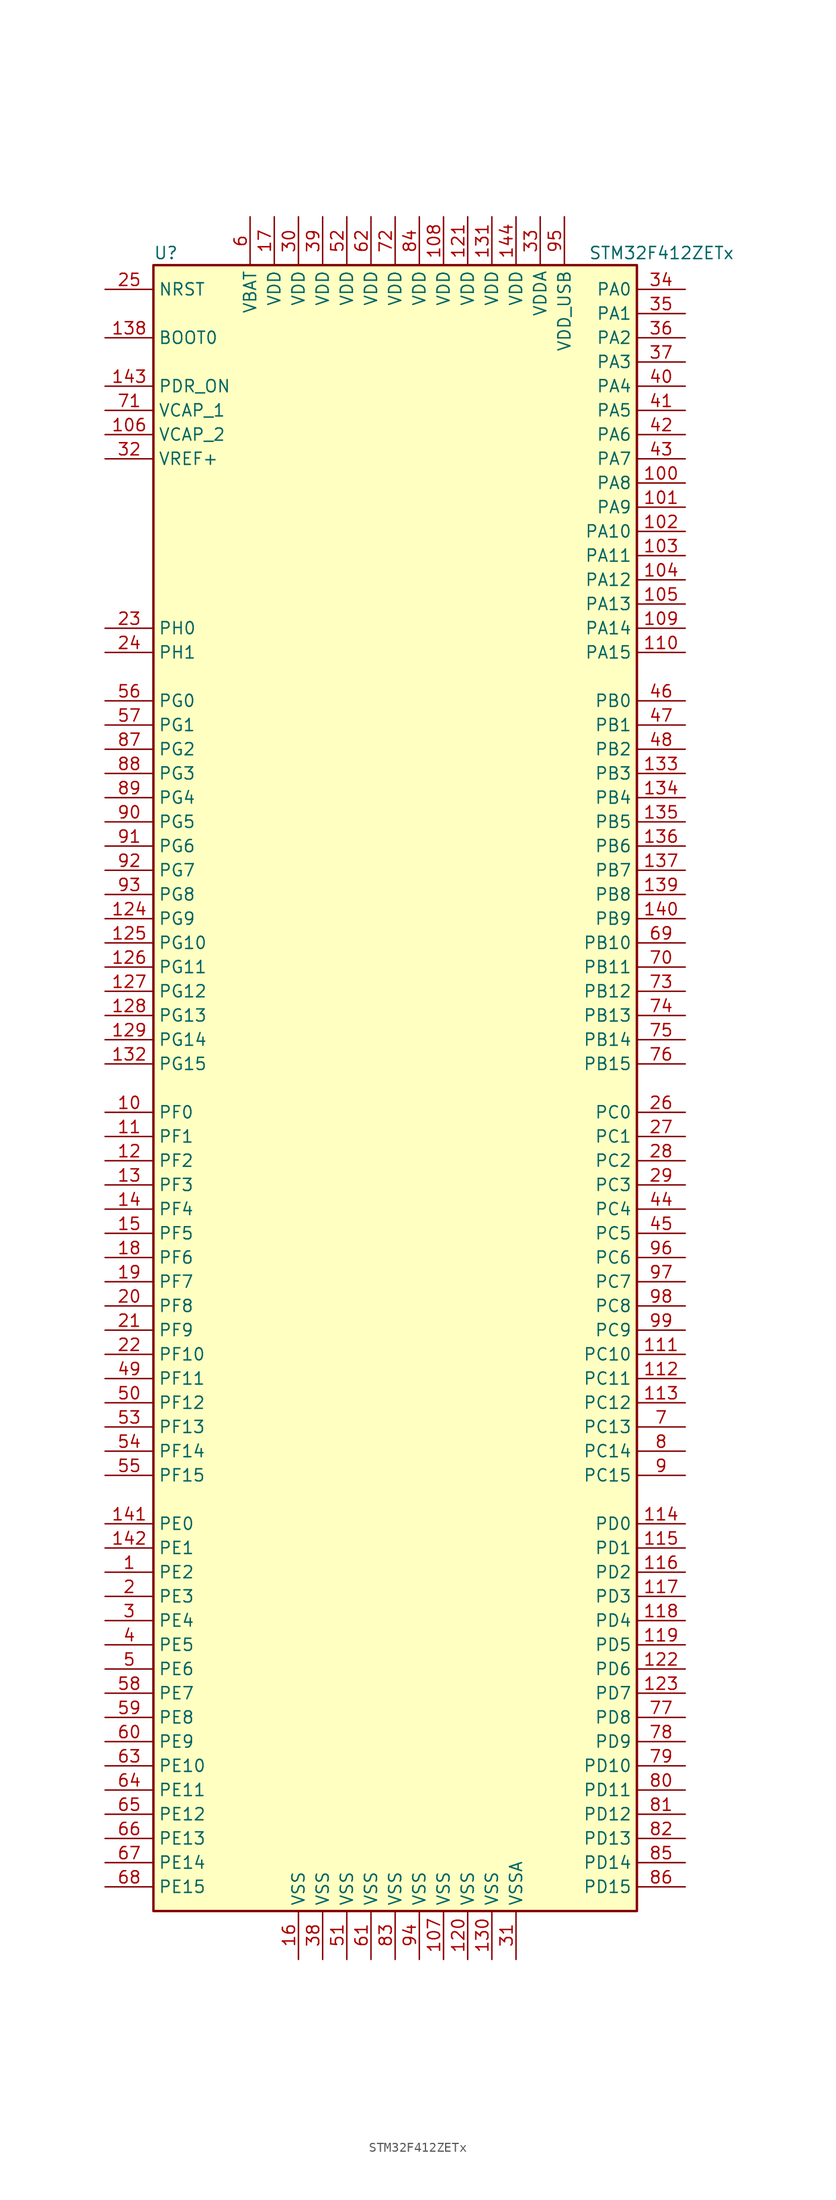
<source format=kicad_sym>
(kicad_symbol_lib
  (version 20220914)
  (generator kicad_symbol_editor)
  (symbol "STM32F412ZETx"
    (property "Reference" "U"
      (at -25.4 87.63 0)
      (effects (font (size 1.27 1.27)) (justify left)))
    (property "Value" "STM32F412ZETx"
      (at 20.32 87.63 0)
      (effects (font (size 1.27 1.27)) (justify left)))
    (symbol "STM32F412ZETx_0_1"
      (rectangle (start -25.4 -86.36) (end 25.4 86.36) (stroke (width 0.254) (type default)) (fill (type background))))
    (symbol "STM32F412ZETx_1_1"
      (pin bidirectional line (at -30.48 -50.8 0) (length 5.08) (name "PE2" (effects (font (size 1.27 1.27)))) (number "1" (effects (font (size 1.27 1.27)))))
      (pin bidirectional line (at -30.48 -2.54 0) (length 5.08) (name "PF0" (effects (font (size 1.27 1.27)))) (number "10" (effects (font (size 1.27 1.27)))))
      (pin bidirectional line (at 30.48 63.5 180) (length 5.08) (name "PA8" (effects (font (size 1.27 1.27)))) (number "100" (effects (font (size 1.27 1.27)))))
      (pin bidirectional line (at 30.48 60.96 180) (length 5.08) (name "PA9" (effects (font (size 1.27 1.27)))) (number "101" (effects (font (size 1.27 1.27)))))
      (pin bidirectional line (at 30.48 58.42 180) (length 5.08) (name "PA10" (effects (font (size 1.27 1.27)))) (number "102" (effects (font (size 1.27 1.27)))))
      (pin bidirectional line (at 30.48 55.88 180) (length 5.08) (name "PA11" (effects (font (size 1.27 1.27)))) (number "103" (effects (font (size 1.27 1.27)))))
      (pin bidirectional line (at 30.48 53.34 180) (length 5.08) (name "PA12" (effects (font (size 1.27 1.27)))) (number "104" (effects (font (size 1.27 1.27)))))
      (pin bidirectional line (at 30.48 50.8 180) (length 5.08) (name "PA13" (effects (font (size 1.27 1.27)))) (number "105" (effects (font (size 1.27 1.27)))))
      (pin power_in line (at -30.48 68.58 0) (length 5.08) (name "VCAP_2" (effects (font (size 1.27 1.27)))) (number "106" (effects (font (size 1.27 1.27)))))
      (pin power_in line (at 5.08 -91.44 90) (length 5.08) (name "VSS" (effects (font (size 1.27 1.27)))) (number "107" (effects (font (size 1.27 1.27)))))
      (pin power_in line (at 5.08 91.44 270) (length 5.08) (name "VDD" (effects (font (size 1.27 1.27)))) (number "108" (effects (font (size 1.27 1.27)))))
      (pin bidirectional line (at 30.48 48.26 180) (length 5.08) (name "PA14" (effects (font (size 1.27 1.27)))) (number "109" (effects (font (size 1.27 1.27)))))
      (pin bidirectional line (at -30.48 -5.08 0) (length 5.08) (name "PF1" (effects (font (size 1.27 1.27)))) (number "11" (effects (font (size 1.27 1.27)))))
      (pin bidirectional line (at 30.48 45.72 180) (length 5.08) (name "PA15" (effects (font (size 1.27 1.27)))) (number "110" (effects (font (size 1.27 1.27)))))
      (pin bidirectional line (at 30.48 -27.94 180) (length 5.08) (name "PC10" (effects (font (size 1.27 1.27)))) (number "111" (effects (font (size 1.27 1.27)))))
      (pin bidirectional line (at 30.48 -30.48 180) (length 5.08) (name "PC11" (effects (font (size 1.27 1.27)))) (number "112" (effects (font (size 1.27 1.27)))))
      (pin bidirectional line (at 30.48 -33.02 180) (length 5.08) (name "PC12" (effects (font (size 1.27 1.27)))) (number "113" (effects (font (size 1.27 1.27)))))
      (pin bidirectional line (at 30.48 -45.72 180) (length 5.08) (name "PD0" (effects (font (size 1.27 1.27)))) (number "114" (effects (font (size 1.27 1.27)))))
      (pin bidirectional line (at 30.48 -48.26 180) (length 5.08) (name "PD1" (effects (font (size 1.27 1.27)))) (number "115" (effects (font (size 1.27 1.27)))))
      (pin bidirectional line (at 30.48 -50.8 180) (length 5.08) (name "PD2" (effects (font (size 1.27 1.27)))) (number "116" (effects (font (size 1.27 1.27)))))
      (pin bidirectional line (at 30.48 -53.34 180) (length 5.08) (name "PD3" (effects (font (size 1.27 1.27)))) (number "117" (effects (font (size 1.27 1.27)))))
      (pin bidirectional line (at 30.48 -55.88 180) (length 5.08) (name "PD4" (effects (font (size 1.27 1.27)))) (number "118" (effects (font (size 1.27 1.27)))))
      (pin bidirectional line (at 30.48 -58.42 180) (length 5.08) (name "PD5" (effects (font (size 1.27 1.27)))) (number "119" (effects (font (size 1.27 1.27)))))
      (pin bidirectional line (at -30.48 -7.62 0) (length 5.08) (name "PF2" (effects (font (size 1.27 1.27)))) (number "12" (effects (font (size 1.27 1.27)))))
      (pin power_in line (at 7.62 -91.44 90) (length 5.08) (name "VSS" (effects (font (size 1.27 1.27)))) (number "120" (effects (font (size 1.27 1.27)))))
      (pin power_in line (at 7.62 91.44 270) (length 5.08) (name "VDD" (effects (font (size 1.27 1.27)))) (number "121" (effects (font (size 1.27 1.27)))))
      (pin bidirectional line (at 30.48 -60.96 180) (length 5.08) (name "PD6" (effects (font (size 1.27 1.27)))) (number "122" (effects (font (size 1.27 1.27)))))
      (pin bidirectional line (at 30.48 -63.5 180) (length 5.08) (name "PD7" (effects (font (size 1.27 1.27)))) (number "123" (effects (font (size 1.27 1.27)))))
      (pin bidirectional line (at -30.48 17.78 0) (length 5.08) (name "PG9" (effects (font (size 1.27 1.27)))) (number "124" (effects (font (size 1.27 1.27)))))
      (pin bidirectional line (at -30.48 15.24 0) (length 5.08) (name "PG10" (effects (font (size 1.27 1.27)))) (number "125" (effects (font (size 1.27 1.27)))))
      (pin bidirectional line (at -30.48 12.7 0) (length 5.08) (name "PG11" (effects (font (size 1.27 1.27)))) (number "126" (effects (font (size 1.27 1.27)))))
      (pin bidirectional line (at -30.48 10.16 0) (length 5.08) (name "PG12" (effects (font (size 1.27 1.27)))) (number "127" (effects (font (size 1.27 1.27)))))
      (pin bidirectional line (at -30.48 7.62 0) (length 5.08) (name "PG13" (effects (font (size 1.27 1.27)))) (number "128" (effects (font (size 1.27 1.27)))))
      (pin bidirectional line (at -30.48 5.08 0) (length 5.08) (name "PG14" (effects (font (size 1.27 1.27)))) (number "129" (effects (font (size 1.27 1.27)))))
      (pin bidirectional line (at -30.48 -10.16 0) (length 5.08) (name "PF3" (effects (font (size 1.27 1.27)))) (number "13" (effects (font (size 1.27 1.27)))))
      (pin power_in line (at 10.16 -91.44 90) (length 5.08) (name "VSS" (effects (font (size 1.27 1.27)))) (number "130" (effects (font (size 1.27 1.27)))))
      (pin power_in line (at 10.16 91.44 270) (length 5.08) (name "VDD" (effects (font (size 1.27 1.27)))) (number "131" (effects (font (size 1.27 1.27)))))
      (pin bidirectional line (at -30.48 2.54 0) (length 5.08) (name "PG15" (effects (font (size 1.27 1.27)))) (number "132" (effects (font (size 1.27 1.27)))))
      (pin bidirectional line (at 30.48 33.02 180) (length 5.08) (name "PB3" (effects (font (size 1.27 1.27)))) (number "133" (effects (font (size 1.27 1.27)))))
      (pin bidirectional line (at 30.48 30.48 180) (length 5.08) (name "PB4" (effects (font (size 1.27 1.27)))) (number "134" (effects (font (size 1.27 1.27)))))
      (pin bidirectional line (at 30.48 27.94 180) (length 5.08) (name "PB5" (effects (font (size 1.27 1.27)))) (number "135" (effects (font (size 1.27 1.27)))))
      (pin bidirectional line (at 30.48 25.4 180) (length 5.08) (name "PB6" (effects (font (size 1.27 1.27)))) (number "136" (effects (font (size 1.27 1.27)))))
      (pin bidirectional line (at 30.48 22.86 180) (length 5.08) (name "PB7" (effects (font (size 1.27 1.27)))) (number "137" (effects (font (size 1.27 1.27)))))
      (pin input line (at -30.48 78.74 0) (length 5.08) (name "BOOT0" (effects (font (size 1.27 1.27)))) (number "138" (effects (font (size 1.27 1.27)))))
      (pin bidirectional line (at 30.48 20.32 180) (length 5.08) (name "PB8" (effects (font (size 1.27 1.27)))) (number "139" (effects (font (size 1.27 1.27)))))
      (pin bidirectional line (at -30.48 -12.7 0) (length 5.08) (name "PF4" (effects (font (size 1.27 1.27)))) (number "14" (effects (font (size 1.27 1.27)))))
      (pin bidirectional line (at 30.48 17.78 180) (length 5.08) (name "PB9" (effects (font (size 1.27 1.27)))) (number "140" (effects (font (size 1.27 1.27)))))
      (pin bidirectional line (at -30.48 -45.72 0) (length 5.08) (name "PE0" (effects (font (size 1.27 1.27)))) (number "141" (effects (font (size 1.27 1.27)))))
      (pin bidirectional line (at -30.48 -48.26 0) (length 5.08) (name "PE1" (effects (font (size 1.27 1.27)))) (number "142" (effects (font (size 1.27 1.27)))))
      (pin power_in line (at -30.48 73.66 0) (length 5.08) (name "PDR_ON" (effects (font (size 1.27 1.27)))) (number "143" (effects (font (size 1.27 1.27)))))
      (pin power_in line (at 12.7 91.44 270) (length 5.08) (name "VDD" (effects (font (size 1.27 1.27)))) (number "144" (effects (font (size 1.27 1.27)))))
      (pin bidirectional line (at -30.48 -15.24 0) (length 5.08) (name "PF5" (effects (font (size 1.27 1.27)))) (number "15" (effects (font (size 1.27 1.27)))))
      (pin power_in line (at -10.16 -91.44 90) (length 5.08) (name "VSS" (effects (font (size 1.27 1.27)))) (number "16" (effects (font (size 1.27 1.27)))))
      (pin power_in line (at -12.7 91.44 270) (length 5.08) (name "VDD" (effects (font (size 1.27 1.27)))) (number "17" (effects (font (size 1.27 1.27)))))
      (pin bidirectional line (at -30.48 -17.78 0) (length 5.08) (name "PF6" (effects (font (size 1.27 1.27)))) (number "18" (effects (font (size 1.27 1.27)))))
      (pin bidirectional line (at -30.48 -20.32 0) (length 5.08) (name "PF7" (effects (font (size 1.27 1.27)))) (number "19" (effects (font (size 1.27 1.27)))))
      (pin bidirectional line (at -30.48 -53.34 0) (length 5.08) (name "PE3" (effects (font (size 1.27 1.27)))) (number "2" (effects (font (size 1.27 1.27)))))
      (pin bidirectional line (at -30.48 -22.86 0) (length 5.08) (name "PF8" (effects (font (size 1.27 1.27)))) (number "20" (effects (font (size 1.27 1.27)))))
      (pin bidirectional line (at -30.48 -25.4 0) (length 5.08) (name "PF9" (effects (font (size 1.27 1.27)))) (number "21" (effects (font (size 1.27 1.27)))))
      (pin bidirectional line (at -30.48 -27.94 0) (length 5.08) (name "PF10" (effects (font (size 1.27 1.27)))) (number "22" (effects (font (size 1.27 1.27)))))
      (pin input line (at -30.48 48.26 0) (length 5.08) (name "PH0" (effects (font (size 1.27 1.27)))) (number "23" (effects (font (size 1.27 1.27)))))
      (pin input line (at -30.48 45.72 0) (length 5.08) (name "PH1" (effects (font (size 1.27 1.27)))) (number "24" (effects (font (size 1.27 1.27)))))
      (pin input line (at -30.48 83.82 0) (length 5.08) (name "NRST" (effects (font (size 1.27 1.27)))) (number "25" (effects (font (size 1.27 1.27)))))
      (pin bidirectional line (at 30.48 -2.54 180) (length 5.08) (name "PC0" (effects (font (size 1.27 1.27)))) (number "26" (effects (font (size 1.27 1.27)))))
      (pin bidirectional line (at 30.48 -5.08 180) (length 5.08) (name "PC1" (effects (font (size 1.27 1.27)))) (number "27" (effects (font (size 1.27 1.27)))))
      (pin bidirectional line (at 30.48 -7.62 180) (length 5.08) (name "PC2" (effects (font (size 1.27 1.27)))) (number "28" (effects (font (size 1.27 1.27)))))
      (pin bidirectional line (at 30.48 -10.16 180) (length 5.08) (name "PC3" (effects (font (size 1.27 1.27)))) (number "29" (effects (font (size 1.27 1.27)))))
      (pin bidirectional line (at -30.48 -55.88 0) (length 5.08) (name "PE4" (effects (font (size 1.27 1.27)))) (number "3" (effects (font (size 1.27 1.27)))))
      (pin power_in line (at -10.16 91.44 270) (length 5.08) (name "VDD" (effects (font (size 1.27 1.27)))) (number "30" (effects (font (size 1.27 1.27)))))
      (pin power_in line (at 12.7 -91.44 90) (length 5.08) (name "VSSA" (effects (font (size 1.27 1.27)))) (number "31" (effects (font (size 1.27 1.27)))))
      (pin power_in line (at -30.48 66.04 0) (length 5.08) (name "VREF+" (effects (font (size 1.27 1.27)))) (number "32" (effects (font (size 1.27 1.27)))))
      (pin power_in line (at 15.24 91.44 270) (length 5.08) (name "VDDA" (effects (font (size 1.27 1.27)))) (number "33" (effects (font (size 1.27 1.27)))))
      (pin bidirectional line (at 30.48 83.82 180) (length 5.08) (name "PA0" (effects (font (size 1.27 1.27)))) (number "34" (effects (font (size 1.27 1.27)))))
      (pin bidirectional line (at 30.48 81.28 180) (length 5.08) (name "PA1" (effects (font (size 1.27 1.27)))) (number "35" (effects (font (size 1.27 1.27)))))
      (pin bidirectional line (at 30.48 78.74 180) (length 5.08) (name "PA2" (effects (font (size 1.27 1.27)))) (number "36" (effects (font (size 1.27 1.27)))))
      (pin bidirectional line (at 30.48 76.2 180) (length 5.08) (name "PA3" (effects (font (size 1.27 1.27)))) (number "37" (effects (font (size 1.27 1.27)))))
      (pin power_in line (at -7.62 -91.44 90) (length 5.08) (name "VSS" (effects (font (size 1.27 1.27)))) (number "38" (effects (font (size 1.27 1.27)))))
      (pin power_in line (at -7.62 91.44 270) (length 5.08) (name "VDD" (effects (font (size 1.27 1.27)))) (number "39" (effects (font (size 1.27 1.27)))))
      (pin bidirectional line (at -30.48 -58.42 0) (length 5.08) (name "PE5" (effects (font (size 1.27 1.27)))) (number "4" (effects (font (size 1.27 1.27)))))
      (pin bidirectional line (at 30.48 73.66 180) (length 5.08) (name "PA4" (effects (font (size 1.27 1.27)))) (number "40" (effects (font (size 1.27 1.27)))))
      (pin bidirectional line (at 30.48 71.12 180) (length 5.08) (name "PA5" (effects (font (size 1.27 1.27)))) (number "41" (effects (font (size 1.27 1.27)))))
      (pin bidirectional line (at 30.48 68.58 180) (length 5.08) (name "PA6" (effects (font (size 1.27 1.27)))) (number "42" (effects (font (size 1.27 1.27)))))
      (pin bidirectional line (at 30.48 66.04 180) (length 5.08) (name "PA7" (effects (font (size 1.27 1.27)))) (number "43" (effects (font (size 1.27 1.27)))))
      (pin bidirectional line (at 30.48 -12.7 180) (length 5.08) (name "PC4" (effects (font (size 1.27 1.27)))) (number "44" (effects (font (size 1.27 1.27)))))
      (pin bidirectional line (at 30.48 -15.24 180) (length 5.08) (name "PC5" (effects (font (size 1.27 1.27)))) (number "45" (effects (font (size 1.27 1.27)))))
      (pin bidirectional line (at 30.48 40.64 180) (length 5.08) (name "PB0" (effects (font (size 1.27 1.27)))) (number "46" (effects (font (size 1.27 1.27)))))
      (pin bidirectional line (at 30.48 38.1 180) (length 5.08) (name "PB1" (effects (font (size 1.27 1.27)))) (number "47" (effects (font (size 1.27 1.27)))))
      (pin bidirectional line (at 30.48 35.56 180) (length 5.08) (name "PB2" (effects (font (size 1.27 1.27)))) (number "48" (effects (font (size 1.27 1.27)))))
      (pin bidirectional line (at -30.48 -30.48 0) (length 5.08) (name "PF11" (effects (font (size 1.27 1.27)))) (number "49" (effects (font (size 1.27 1.27)))))
      (pin bidirectional line (at -30.48 -60.96 0) (length 5.08) (name "PE6" (effects (font (size 1.27 1.27)))) (number "5" (effects (font (size 1.27 1.27)))))
      (pin bidirectional line (at -30.48 -33.02 0) (length 5.08) (name "PF12" (effects (font (size 1.27 1.27)))) (number "50" (effects (font (size 1.27 1.27)))))
      (pin power_in line (at -5.08 -91.44 90) (length 5.08) (name "VSS" (effects (font (size 1.27 1.27)))) (number "51" (effects (font (size 1.27 1.27)))))
      (pin power_in line (at -5.08 91.44 270) (length 5.08) (name "VDD" (effects (font (size 1.27 1.27)))) (number "52" (effects (font (size 1.27 1.27)))))
      (pin bidirectional line (at -30.48 -35.56 0) (length 5.08) (name "PF13" (effects (font (size 1.27 1.27)))) (number "53" (effects (font (size 1.27 1.27)))))
      (pin bidirectional line (at -30.48 -38.1 0) (length 5.08) (name "PF14" (effects (font (size 1.27 1.27)))) (number "54" (effects (font (size 1.27 1.27)))))
      (pin bidirectional line (at -30.48 -40.64 0) (length 5.08) (name "PF15" (effects (font (size 1.27 1.27)))) (number "55" (effects (font (size 1.27 1.27)))))
      (pin bidirectional line (at -30.48 40.64 0) (length 5.08) (name "PG0" (effects (font (size 1.27 1.27)))) (number "56" (effects (font (size 1.27 1.27)))))
      (pin bidirectional line (at -30.48 38.1 0) (length 5.08) (name "PG1" (effects (font (size 1.27 1.27)))) (number "57" (effects (font (size 1.27 1.27)))))
      (pin bidirectional line (at -30.48 -63.5 0) (length 5.08) (name "PE7" (effects (font (size 1.27 1.27)))) (number "58" (effects (font (size 1.27 1.27)))))
      (pin bidirectional line (at -30.48 -66.04 0) (length 5.08) (name "PE8" (effects (font (size 1.27 1.27)))) (number "59" (effects (font (size 1.27 1.27)))))
      (pin power_in line (at -15.24 91.44 270) (length 5.08) (name "VBAT" (effects (font (size 1.27 1.27)))) (number "6" (effects (font (size 1.27 1.27)))))
      (pin bidirectional line (at -30.48 -68.58 0) (length 5.08) (name "PE9" (effects (font (size 1.27 1.27)))) (number "60" (effects (font (size 1.27 1.27)))))
      (pin power_in line (at -2.54 -91.44 90) (length 5.08) (name "VSS" (effects (font (size 1.27 1.27)))) (number "61" (effects (font (size 1.27 1.27)))))
      (pin power_in line (at -2.54 91.44 270) (length 5.08) (name "VDD" (effects (font (size 1.27 1.27)))) (number "62" (effects (font (size 1.27 1.27)))))
      (pin bidirectional line (at -30.48 -71.12 0) (length 5.08) (name "PE10" (effects (font (size 1.27 1.27)))) (number "63" (effects (font (size 1.27 1.27)))))
      (pin bidirectional line (at -30.48 -73.66 0) (length 5.08) (name "PE11" (effects (font (size 1.27 1.27)))) (number "64" (effects (font (size 1.27 1.27)))))
      (pin bidirectional line (at -30.48 -76.2 0) (length 5.08) (name "PE12" (effects (font (size 1.27 1.27)))) (number "65" (effects (font (size 1.27 1.27)))))
      (pin bidirectional line (at -30.48 -78.74 0) (length 5.08) (name "PE13" (effects (font (size 1.27 1.27)))) (number "66" (effects (font (size 1.27 1.27)))))
      (pin bidirectional line (at -30.48 -81.28 0) (length 5.08) (name "PE14" (effects (font (size 1.27 1.27)))) (number "67" (effects (font (size 1.27 1.27)))))
      (pin bidirectional line (at -30.48 -83.82 0) (length 5.08) (name "PE15" (effects (font (size 1.27 1.27)))) (number "68" (effects (font (size 1.27 1.27)))))
      (pin bidirectional line (at 30.48 15.24 180) (length 5.08) (name "PB10" (effects (font (size 1.27 1.27)))) (number "69" (effects (font (size 1.27 1.27)))))
      (pin bidirectional line (at 30.48 -35.56 180) (length 5.08) (name "PC13" (effects (font (size 1.27 1.27)))) (number "7" (effects (font (size 1.27 1.27)))))
      (pin bidirectional line (at 30.48 12.7 180) (length 5.08) (name "PB11" (effects (font (size 1.27 1.27)))) (number "70" (effects (font (size 1.27 1.27)))))
      (pin power_in line (at -30.48 71.12 0) (length 5.08) (name "VCAP_1" (effects (font (size 1.27 1.27)))) (number "71" (effects (font (size 1.27 1.27)))))
      (pin power_in line (at 0 91.44 270) (length 5.08) (name "VDD" (effects (font (size 1.27 1.27)))) (number "72" (effects (font (size 1.27 1.27)))))
      (pin bidirectional line (at 30.48 10.16 180) (length 5.08) (name "PB12" (effects (font (size 1.27 1.27)))) (number "73" (effects (font (size 1.27 1.27)))))
      (pin bidirectional line (at 30.48 7.62 180) (length 5.08) (name "PB13" (effects (font (size 1.27 1.27)))) (number "74" (effects (font (size 1.27 1.27)))))
      (pin bidirectional line (at 30.48 5.08 180) (length 5.08) (name "PB14" (effects (font (size 1.27 1.27)))) (number "75" (effects (font (size 1.27 1.27)))))
      (pin bidirectional line (at 30.48 2.54 180) (length 5.08) (name "PB15" (effects (font (size 1.27 1.27)))) (number "76" (effects (font (size 1.27 1.27)))))
      (pin bidirectional line (at 30.48 -66.04 180) (length 5.08) (name "PD8" (effects (font (size 1.27 1.27)))) (number "77" (effects (font (size 1.27 1.27)))))
      (pin bidirectional line (at 30.48 -68.58 180) (length 5.08) (name "PD9" (effects (font (size 1.27 1.27)))) (number "78" (effects (font (size 1.27 1.27)))))
      (pin bidirectional line (at 30.48 -71.12 180) (length 5.08) (name "PD10" (effects (font (size 1.27 1.27)))) (number "79" (effects (font (size 1.27 1.27)))))
      (pin bidirectional line (at 30.48 -38.1 180) (length 5.08) (name "PC14" (effects (font (size 1.27 1.27)))) (number "8" (effects (font (size 1.27 1.27)))))
      (pin bidirectional line (at 30.48 -73.66 180) (length 5.08) (name "PD11" (effects (font (size 1.27 1.27)))) (number "80" (effects (font (size 1.27 1.27)))))
      (pin bidirectional line (at 30.48 -76.2 180) (length 5.08) (name "PD12" (effects (font (size 1.27 1.27)))) (number "81" (effects (font (size 1.27 1.27)))))
      (pin bidirectional line (at 30.48 -78.74 180) (length 5.08) (name "PD13" (effects (font (size 1.27 1.27)))) (number "82" (effects (font (size 1.27 1.27)))))
      (pin power_in line (at 0 -91.44 90) (length 5.08) (name "VSS" (effects (font (size 1.27 1.27)))) (number "83" (effects (font (size 1.27 1.27)))))
      (pin power_in line (at 2.54 91.44 270) (length 5.08) (name "VDD" (effects (font (size 1.27 1.27)))) (number "84" (effects (font (size 1.27 1.27)))))
      (pin bidirectional line (at 30.48 -81.28 180) (length 5.08) (name "PD14" (effects (font (size 1.27 1.27)))) (number "85" (effects (font (size 1.27 1.27)))))
      (pin bidirectional line (at 30.48 -83.82 180) (length 5.08) (name "PD15" (effects (font (size 1.27 1.27)))) (number "86" (effects (font (size 1.27 1.27)))))
      (pin bidirectional line (at -30.48 35.56 0) (length 5.08) (name "PG2" (effects (font (size 1.27 1.27)))) (number "87" (effects (font (size 1.27 1.27)))))
      (pin bidirectional line (at -30.48 33.02 0) (length 5.08) (name "PG3" (effects (font (size 1.27 1.27)))) (number "88" (effects (font (size 1.27 1.27)))))
      (pin bidirectional line (at -30.48 30.48 0) (length 5.08) (name "PG4" (effects (font (size 1.27 1.27)))) (number "89" (effects (font (size 1.27 1.27)))))
      (pin bidirectional line (at 30.48 -40.64 180) (length 5.08) (name "PC15" (effects (font (size 1.27 1.27)))) (number "9" (effects (font (size 1.27 1.27)))))
      (pin bidirectional line (at -30.48 27.94 0) (length 5.08) (name "PG5" (effects (font (size 1.27 1.27)))) (number "90" (effects (font (size 1.27 1.27)))))
      (pin bidirectional line (at -30.48 25.4 0) (length 5.08) (name "PG6" (effects (font (size 1.27 1.27)))) (number "91" (effects (font (size 1.27 1.27)))))
      (pin bidirectional line (at -30.48 22.86 0) (length 5.08) (name "PG7" (effects (font (size 1.27 1.27)))) (number "92" (effects (font (size 1.27 1.27)))))
      (pin bidirectional line (at -30.48 20.32 0) (length 5.08) (name "PG8" (effects (font (size 1.27 1.27)))) (number "93" (effects (font (size 1.27 1.27)))))
      (pin power_in line (at 2.54 -91.44 90) (length 5.08) (name "VSS" (effects (font (size 1.27 1.27)))) (number "94" (effects (font (size 1.27 1.27)))))
      (pin power_in line (at 17.78 91.44 270) (length 5.08) (name "VDD_USB" (effects (font (size 1.27 1.27)))) (number "95" (effects (font (size 1.27 1.27)))))
      (pin bidirectional line (at 30.48 -17.78 180) (length 5.08) (name "PC6" (effects (font (size 1.27 1.27)))) (number "96" (effects (font (size 1.27 1.27)))))
      (pin bidirectional line (at 30.48 -20.32 180) (length 5.08) (name "PC7" (effects (font (size 1.27 1.27)))) (number "97" (effects (font (size 1.27 1.27)))))
      (pin bidirectional line (at 30.48 -22.86 180) (length 5.08) (name "PC8" (effects (font (size 1.27 1.27)))) (number "98" (effects (font (size 1.27 1.27)))))
      (pin bidirectional line (at 30.48 -25.4 180) (length 5.08) (name "PC9" (effects (font (size 1.27 1.27)))) (number "99" (effects (font (size 1.27 1.27))))))))
</source>
